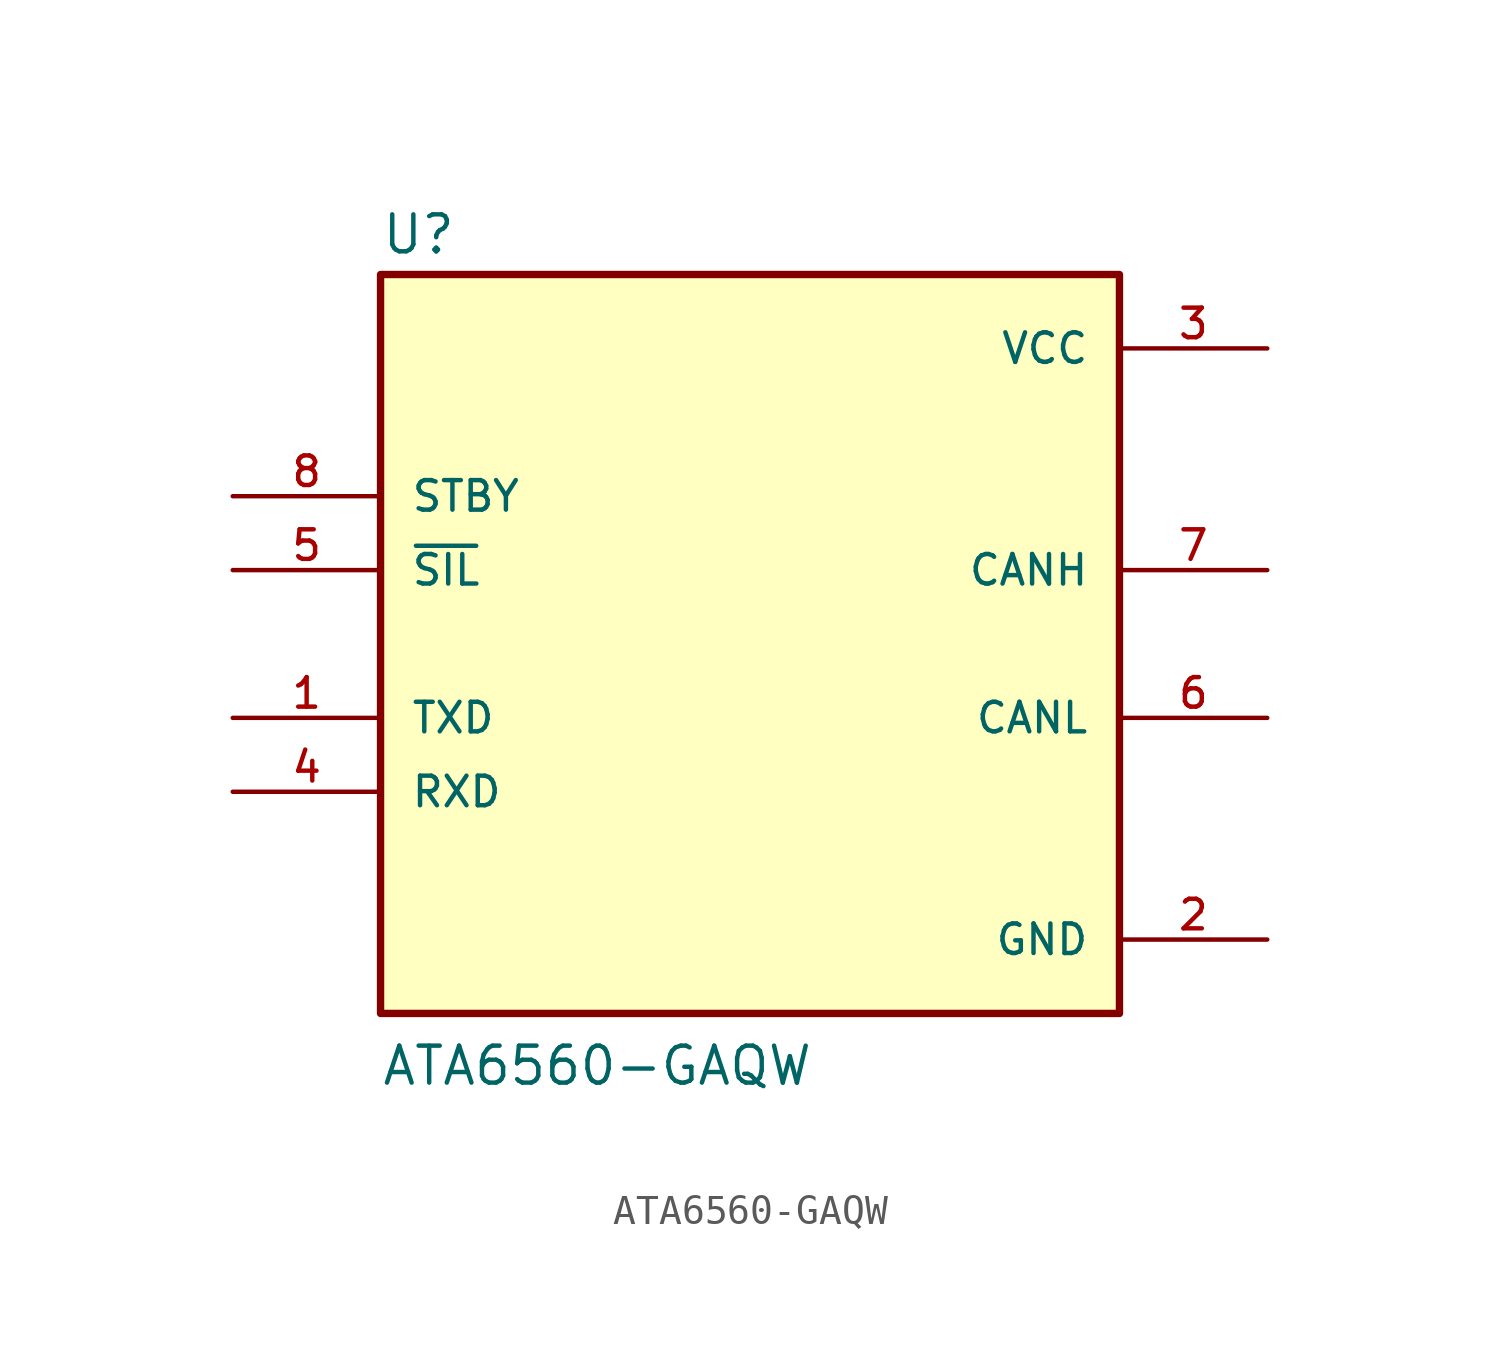
<source format=kicad_sym>
(kicad_symbol_lib
  (version 20211014)
  (generator kicad_symbol_editor)
  (symbol "ATA6560-GAQW"
    (pin_names
      (offset 1.016))
    (property "Reference" "U"
      (at -12.7 13.335 0)
      (effects (font (size 1.27 1.27)) (justify bottom left)))
    (property "Value" "ATA6560-GAQW"
      (at -12.7 -15.24 0)
      (effects (font (size 1.27 1.27)) (justify bottom left)))
    (symbol "ATA6560-GAQW_0_0"
      (rectangle (start -12.7 -12.7) (end 12.7 12.7) (stroke (width 0.254)) (fill (type background)))
      (pin input line (at -17.78 -2.54 0) (length 5.08) (name "TXD" (effects (font (size 1.016 1.016)))) (number "1" (effects (font (size 1.016 1.016)))))
      (pin power_in line (at 17.78 -10.16 180.0) (length 5.08) (name "GND" (effects (font (size 1.016 1.016)))) (number "2" (effects (font (size 1.016 1.016)))))
      (pin power_in line (at 17.78 10.16 180.0) (length 5.08) (name "VCC" (effects (font (size 1.016 1.016)))) (number "3" (effects (font (size 1.016 1.016)))))
      (pin output line (at -17.78 -5.08 0) (length 5.08) (name "RXD" (effects (font (size 1.016 1.016)))) (number "4" (effects (font (size 1.016 1.016)))))
      (pin input line (at -17.78 2.54 0) (length 5.08) (name "~{SIL}" (effects (font (size 1.016 1.016)))) (number "5" (effects (font (size 1.016 1.016)))))
      (pin bidirectional line (at 17.78 -2.54 180.0) (length 5.08) (name "CANL" (effects (font (size 1.016 1.016)))) (number "6" (effects (font (size 1.016 1.016)))))
      (pin bidirectional line (at 17.78 2.54 180.0) (length 5.08) (name "CANH" (effects (font (size 1.016 1.016)))) (number "7" (effects (font (size 1.016 1.016)))))
      (pin input line (at -17.78 5.08 0) (length 5.08) (name "STBY" (effects (font (size 1.016 1.016)))) (number "8" (effects (font (size 1.016 1.016))))))))
</source>
